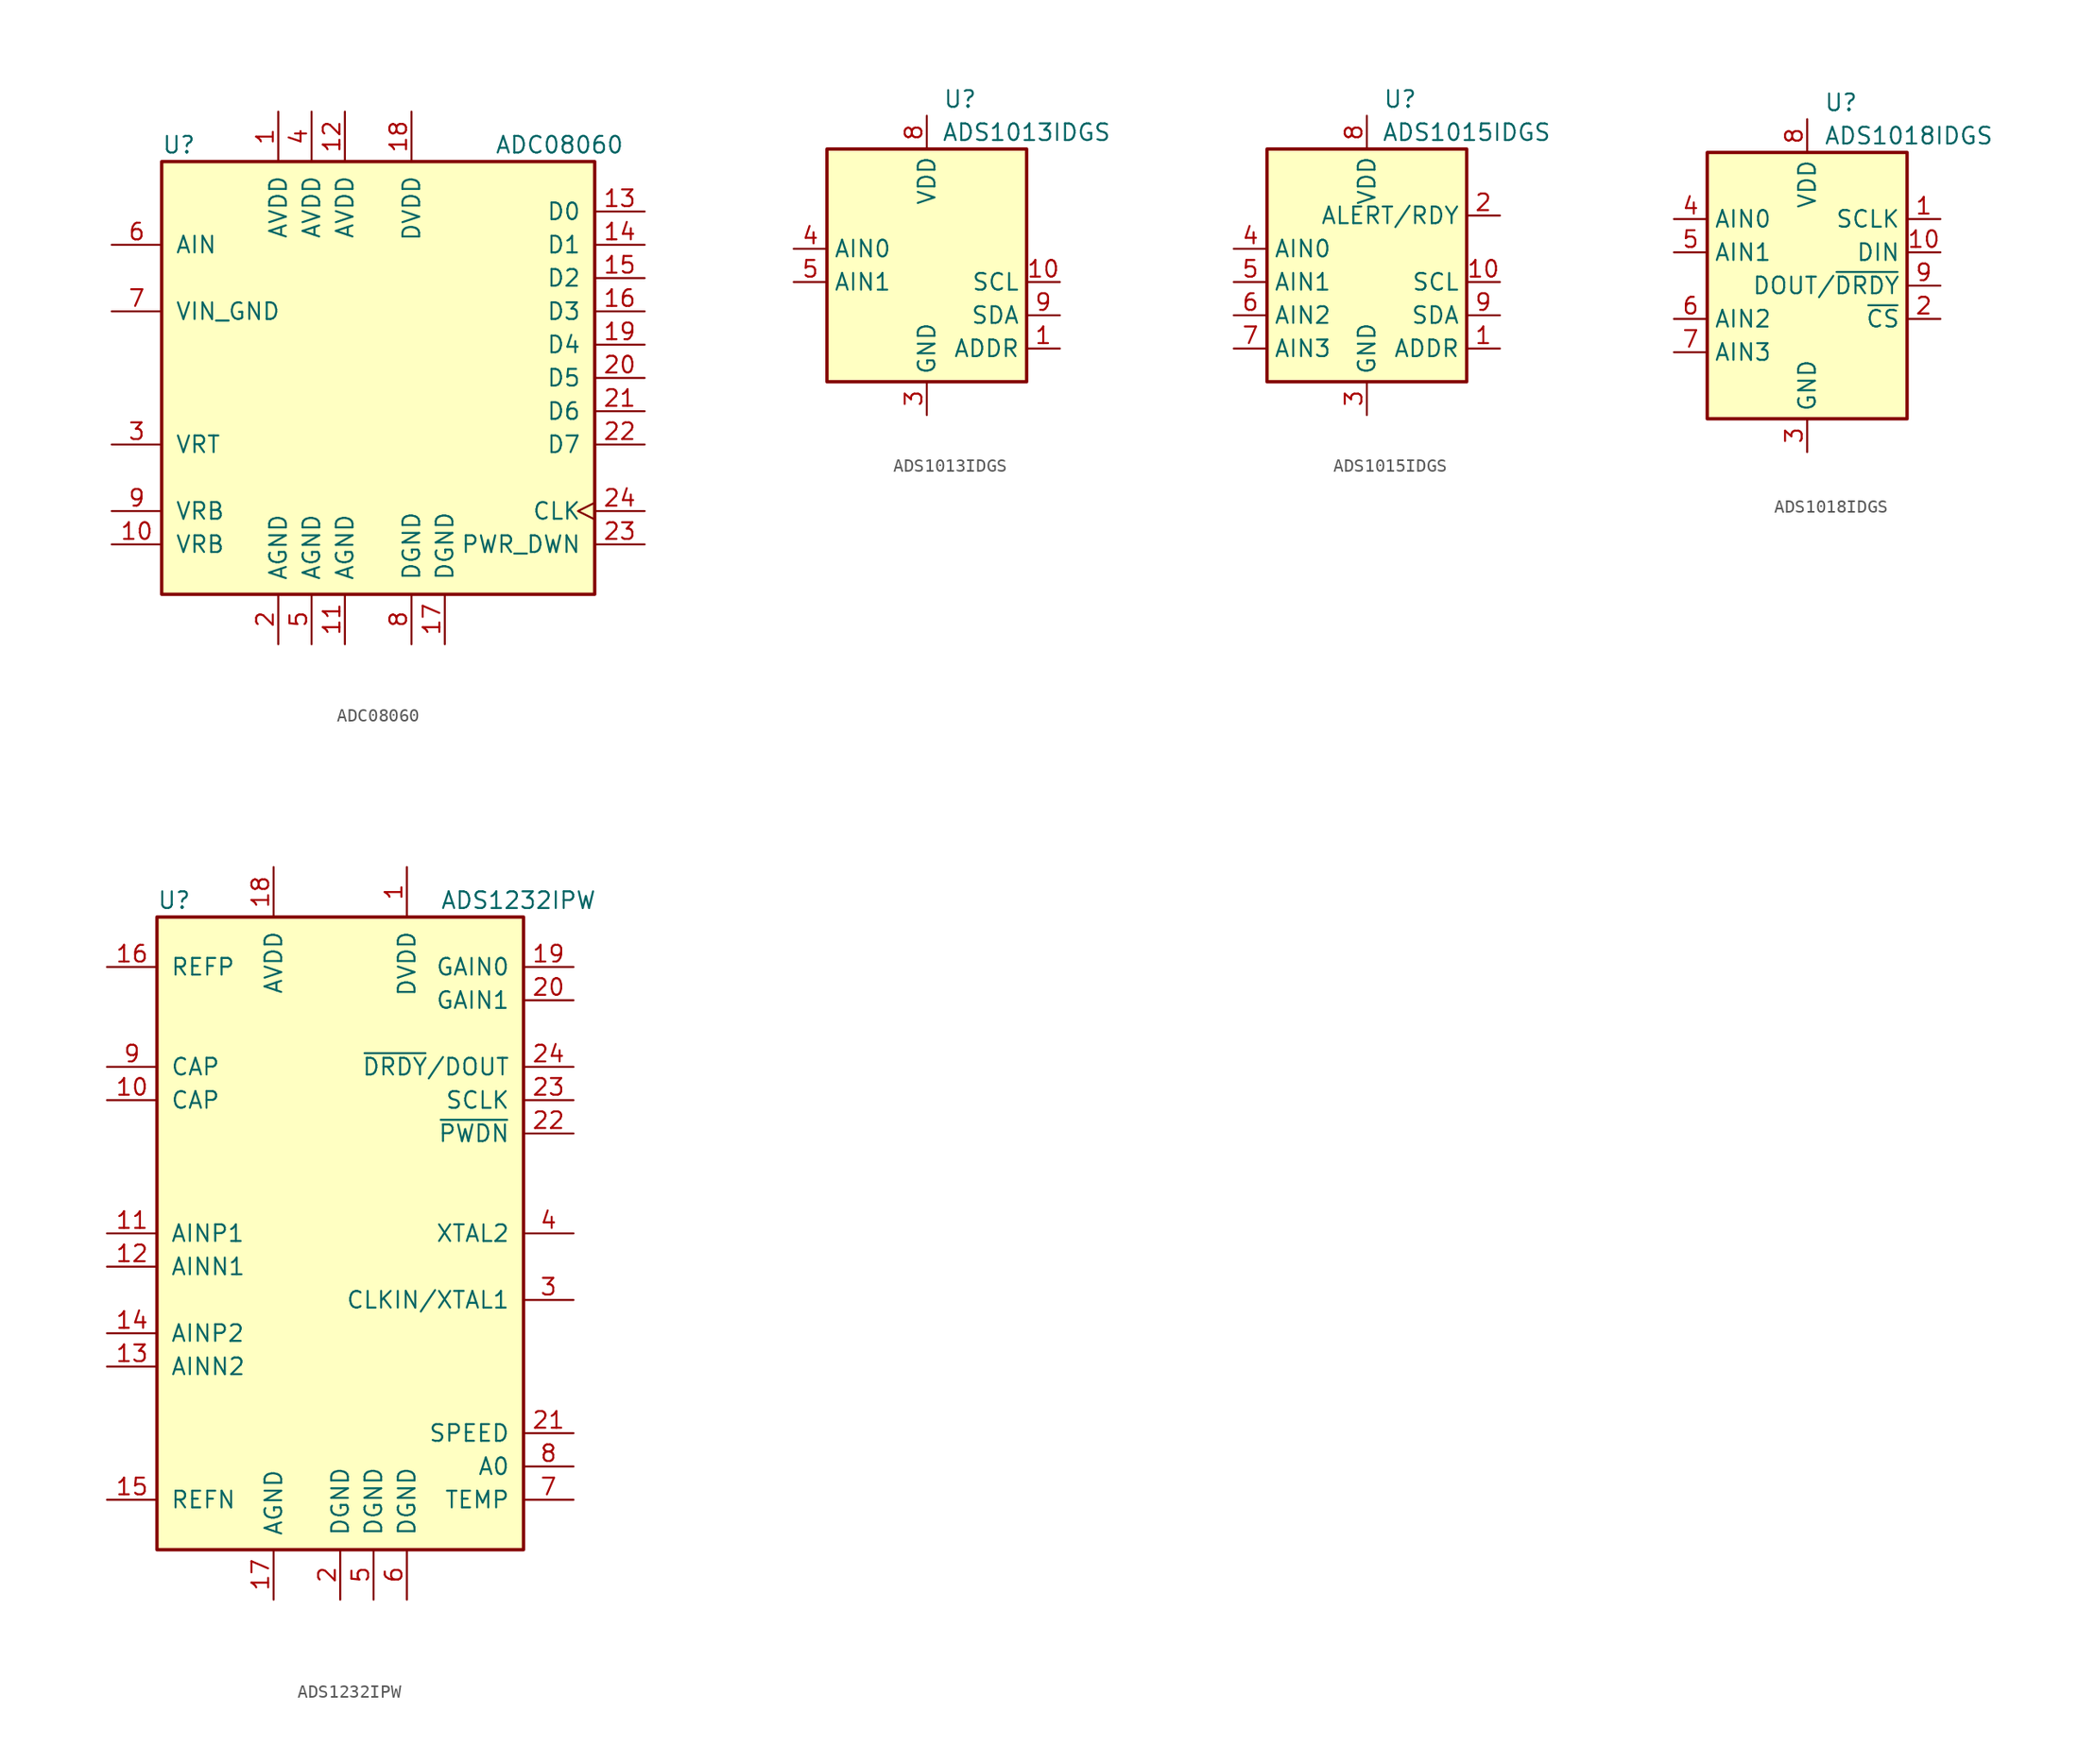
<source format=kicad_sym>
(kicad_symbol_lib
  (version 20220914)
  (generator kicad_symbol_editor)
  (symbol "ADC08060"
    (pin_names
      (offset 1.016))
    (property "Reference" "U"
      (at -16.51 17.78 0)
      (effects (font (size 1.27 1.27)) (justify left)))
    (property "Value" "ADC08060"
      (at 8.89 17.78 0)
      (effects (font (size 1.27 1.27)) (justify left)))
    (symbol "ADC08060_0_1"
      (rectangle (start -16.51 16.51) (end 16.51 -16.51) (stroke (width 0.254) (type default)) (fill (type background))))
    (symbol "ADC08060_1_1"
      (pin power_in line (at -7.62 20.32 270) (length 3.81) (name "AVDD" (effects (font (size 1.27 1.27)))) (number "1" (effects (font (size 1.27 1.27)))))
      (pin input line (at -20.32 -12.7 0) (length 3.81) (name "VRB" (effects (font (size 1.27 1.27)))) (number "10" (effects (font (size 1.27 1.27)))))
      (pin power_in line (at -2.54 -20.32 90) (length 3.81) (name "AGND" (effects (font (size 1.27 1.27)))) (number "11" (effects (font (size 1.27 1.27)))))
      (pin power_in line (at -2.54 20.32 270) (length 3.81) (name "AVDD" (effects (font (size 1.27 1.27)))) (number "12" (effects (font (size 1.27 1.27)))))
      (pin tri_state line (at 20.32 12.7 180) (length 3.81) (name "D0" (effects (font (size 1.27 1.27)))) (number "13" (effects (font (size 1.27 1.27)))))
      (pin tri_state line (at 20.32 10.16 180) (length 3.81) (name "D1" (effects (font (size 1.27 1.27)))) (number "14" (effects (font (size 1.27 1.27)))))
      (pin tri_state line (at 20.32 7.62 180) (length 3.81) (name "D2" (effects (font (size 1.27 1.27)))) (number "15" (effects (font (size 1.27 1.27)))))
      (pin tri_state line (at 20.32 5.08 180) (length 3.81) (name "D3" (effects (font (size 1.27 1.27)))) (number "16" (effects (font (size 1.27 1.27)))))
      (pin power_in line (at 5.08 -20.32 90) (length 3.81) (name "DGND" (effects (font (size 1.27 1.27)))) (number "17" (effects (font (size 1.27 1.27)))))
      (pin power_in line (at 2.54 20.32 270) (length 3.81) (name "DVDD" (effects (font (size 1.27 1.27)))) (number "18" (effects (font (size 1.27 1.27)))))
      (pin tri_state line (at 20.32 2.54 180) (length 3.81) (name "D4" (effects (font (size 1.27 1.27)))) (number "19" (effects (font (size 1.27 1.27)))))
      (pin power_in line (at -7.62 -20.32 90) (length 3.81) (name "AGND" (effects (font (size 1.27 1.27)))) (number "2" (effects (font (size 1.27 1.27)))))
      (pin tri_state line (at 20.32 0 180) (length 3.81) (name "D5" (effects (font (size 1.27 1.27)))) (number "20" (effects (font (size 1.27 1.27)))))
      (pin tri_state line (at 20.32 -2.54 180) (length 3.81) (name "D6" (effects (font (size 1.27 1.27)))) (number "21" (effects (font (size 1.27 1.27)))))
      (pin tri_state line (at 20.32 -5.08 180) (length 3.81) (name "D7" (effects (font (size 1.27 1.27)))) (number "22" (effects (font (size 1.27 1.27)))))
      (pin input line (at 20.32 -12.7 180) (length 3.81) (name "PWR_DWN" (effects (font (size 1.27 1.27)))) (number "23" (effects (font (size 1.27 1.27)))))
      (pin input clock (at 20.32 -10.16 180) (length 3.81) (name "CLK" (effects (font (size 1.27 1.27)))) (number "24" (effects (font (size 1.27 1.27)))))
      (pin input line (at -20.32 -5.08 0) (length 3.81) (name "VRT" (effects (font (size 1.27 1.27)))) (number "3" (effects (font (size 1.27 1.27)))))
      (pin power_in line (at -5.08 20.32 270) (length 3.81) (name "AVDD" (effects (font (size 1.27 1.27)))) (number "4" (effects (font (size 1.27 1.27)))))
      (pin power_in line (at -5.08 -20.32 90) (length 3.81) (name "AGND" (effects (font (size 1.27 1.27)))) (number "5" (effects (font (size 1.27 1.27)))))
      (pin input line (at -20.32 10.16 0) (length 3.81) (name "AIN" (effects (font (size 1.27 1.27)))) (number "6" (effects (font (size 1.27 1.27)))))
      (pin input line (at -20.32 5.08 0) (length 3.81) (name "VIN_GND" (effects (font (size 1.27 1.27)))) (number "7" (effects (font (size 1.27 1.27)))))
      (pin power_in line (at 2.54 -20.32 90) (length 3.81) (name "DGND" (effects (font (size 1.27 1.27)))) (number "8" (effects (font (size 1.27 1.27)))))
      (pin input line (at -20.32 -10.16 0) (length 3.81) (name "VRB" (effects (font (size 1.27 1.27)))) (number "9" (effects (font (size 1.27 1.27)))))))
  (symbol "ADS1013IDGS"
    (property "Reference" "U"
      (at 2.54 13.97 0)
      (effects (font (size 1.27 1.27))))
    (property "Value" "ADS1013IDGS"
      (at 7.62 11.43 0)
      (effects (font (size 1.27 1.27))))
    (symbol "ADS1013IDGS_0_1"
      (rectangle (start -7.62 10.16) (end 7.62 -7.62) (stroke (width 0.254) (type default)) (fill (type background))))
    (symbol "ADS1013IDGS_1_1"
      (pin input line (at 10.16 -5.08 180) (length 2.54) (name "ADDR" (effects (font (size 1.27 1.27)))) (number "1" (effects (font (size 1.27 1.27)))))
      (pin input line (at 10.16 0 180) (length 2.54) (name "SCL" (effects (font (size 1.27 1.27)))) (number "10" (effects (font (size 1.27 1.27)))))
      (pin no_connect line (at 7.62 7.62 180) (length 2.54) hide (name "~" (effects (font (size 1.27 1.27)))) (number "2" (effects (font (size 1.27 1.27)))))
      (pin power_in line (at 0 -10.16 90) (length 2.54) (name "GND" (effects (font (size 1.27 1.27)))) (number "3" (effects (font (size 1.27 1.27)))))
      (pin input line (at -10.16 2.54 0) (length 2.54) (name "AIN0" (effects (font (size 1.27 1.27)))) (number "4" (effects (font (size 1.27 1.27)))))
      (pin input line (at -10.16 0 0) (length 2.54) (name "AIN1" (effects (font (size 1.27 1.27)))) (number "5" (effects (font (size 1.27 1.27)))))
      (pin no_connect line (at 7.62 5.08 180) (length 2.54) hide (name "~" (effects (font (size 1.27 1.27)))) (number "6" (effects (font (size 1.27 1.27)))))
      (pin no_connect line (at 7.62 2.54 180) (length 2.54) hide (name "~" (effects (font (size 1.27 1.27)))) (number "7" (effects (font (size 1.27 1.27)))))
      (pin power_in line (at 0 12.7 270) (length 2.54) (name "VDD" (effects (font (size 1.27 1.27)))) (number "8" (effects (font (size 1.27 1.27)))))
      (pin bidirectional line (at 10.16 -2.54 180) (length 2.54) (name "SDA" (effects (font (size 1.27 1.27)))) (number "9" (effects (font (size 1.27 1.27)))))))
  (symbol "ADS1015IDGS"
    (property "Reference" "U"
      (at 2.54 13.97 0)
      (effects (font (size 1.27 1.27))))
    (property "Value" "ADS1015IDGS"
      (at 7.62 11.43 0)
      (effects (font (size 1.27 1.27))))
    (symbol "ADS1015IDGS_0_1"
      (rectangle (start -7.62 10.16) (end 7.62 -7.62) (stroke (width 0.254) (type default)) (fill (type background))))
    (symbol "ADS1015IDGS_1_1"
      (pin input line (at 10.16 -5.08 180) (length 2.54) (name "ADDR" (effects (font (size 1.27 1.27)))) (number "1" (effects (font (size 1.27 1.27)))))
      (pin input line (at 10.16 0 180) (length 2.54) (name "SCL" (effects (font (size 1.27 1.27)))) (number "10" (effects (font (size 1.27 1.27)))))
      (pin output line (at 10.16 5.08 180) (length 2.54) (name "ALERT/RDY" (effects (font (size 1.27 1.27)))) (number "2" (effects (font (size 1.27 1.27)))))
      (pin power_in line (at 0 -10.16 90) (length 2.54) (name "GND" (effects (font (size 1.27 1.27)))) (number "3" (effects (font (size 1.27 1.27)))))
      (pin input line (at -10.16 2.54 0) (length 2.54) (name "AIN0" (effects (font (size 1.27 1.27)))) (number "4" (effects (font (size 1.27 1.27)))))
      (pin input line (at -10.16 0 0) (length 2.54) (name "AIN1" (effects (font (size 1.27 1.27)))) (number "5" (effects (font (size 1.27 1.27)))))
      (pin input line (at -10.16 -2.54 0) (length 2.54) (name "AIN2" (effects (font (size 1.27 1.27)))) (number "6" (effects (font (size 1.27 1.27)))))
      (pin input line (at -10.16 -5.08 0) (length 2.54) (name "AIN3" (effects (font (size 1.27 1.27)))) (number "7" (effects (font (size 1.27 1.27)))))
      (pin power_in line (at 0 12.7 270) (length 2.54) (name "VDD" (effects (font (size 1.27 1.27)))) (number "8" (effects (font (size 1.27 1.27)))))
      (pin bidirectional line (at 10.16 -2.54 180) (length 2.54) (name "SDA" (effects (font (size 1.27 1.27)))) (number "9" (effects (font (size 1.27 1.27)))))))
  (symbol "ADS1018IDGS"
    (property "Reference" "U"
      (at 1.27 13.97 0)
      (effects (font (size 1.27 1.27)) (justify left)))
    (property "Value" "ADS1018IDGS"
      (at 1.27 11.43 0)
      (effects (font (size 1.27 1.27)) (justify left)))
    (symbol "ADS1018IDGS_0_1"
      (rectangle (start 7.62 10.16) (end -7.62 -10.16) (stroke (width 0.254) (type default)) (fill (type background))))
    (symbol "ADS1018IDGS_1_1"
      (pin input line (at 10.16 5.08 180) (length 2.54) (name "SCLK" (effects (font (size 1.27 1.27)))) (number "1" (effects (font (size 1.27 1.27)))))
      (pin input line (at 10.16 2.54 180) (length 2.54) (name "DIN" (effects (font (size 1.27 1.27)))) (number "10" (effects (font (size 1.27 1.27)))))
      (pin input line (at 10.16 -2.54 180) (length 2.54) (name "~{CS}" (effects (font (size 1.27 1.27)))) (number "2" (effects (font (size 1.27 1.27)))))
      (pin power_in line (at 0 -12.7 90) (length 2.54) (name "GND" (effects (font (size 1.27 1.27)))) (number "3" (effects (font (size 1.27 1.27)))))
      (pin input line (at -10.16 5.08 0) (length 2.54) (name "AIN0" (effects (font (size 1.27 1.27)))) (number "4" (effects (font (size 1.27 1.27)))))
      (pin input line (at -10.16 2.54 0) (length 2.54) (name "AIN1" (effects (font (size 1.27 1.27)))) (number "5" (effects (font (size 1.27 1.27)))))
      (pin input line (at -10.16 -2.54 0) (length 2.54) (name "AIN2" (effects (font (size 1.27 1.27)))) (number "6" (effects (font (size 1.27 1.27)))))
      (pin input line (at -10.16 -5.08 0) (length 2.54) (name "AIN3" (effects (font (size 1.27 1.27)))) (number "7" (effects (font (size 1.27 1.27)))))
      (pin power_in line (at 0 12.7 270) (length 2.54) (name "VDD" (effects (font (size 1.27 1.27)))) (number "8" (effects (font (size 1.27 1.27)))))
      (pin output line (at 10.16 0 180) (length 2.54) (name "DOUT/~{DRDY}" (effects (font (size 1.27 1.27)))) (number "9" (effects (font (size 1.27 1.27)))))))
  (symbol "ADS1232IPW"
    (pin_names
      (offset 1.016))
    (property "Reference" "U"
      (at -13.97 25.4 0)
      (effects (font (size 1.27 1.27)) (justify left)))
    (property "Value" "ADS1232IPW"
      (at 7.62 25.4 0)
      (effects (font (size 1.27 1.27)) (justify left)))
    (symbol "ADS1232IPW_0_1"
      (rectangle (start -13.97 24.13) (end 13.97 -24.13) (stroke (width 0.254) (type default)) (fill (type background))))
    (symbol "ADS1232IPW_1_1"
      (pin power_in line (at 5.08 27.94 270) (length 3.81) (name "DVDD" (effects (font (size 1.27 1.27)))) (number "1" (effects (font (size 1.27 1.27)))))
      (pin passive line (at -17.78 10.16 0) (length 3.81) (name "CAP" (effects (font (size 1.27 1.27)))) (number "10" (effects (font (size 1.27 1.27)))))
      (pin input line (at -17.78 0 0) (length 3.81) (name "AINP1" (effects (font (size 1.27 1.27)))) (number "11" (effects (font (size 1.27 1.27)))))
      (pin input line (at -17.78 -2.54 0) (length 3.81) (name "AINN1" (effects (font (size 1.27 1.27)))) (number "12" (effects (font (size 1.27 1.27)))))
      (pin input line (at -17.78 -10.16 0) (length 3.81) (name "AINN2" (effects (font (size 1.27 1.27)))) (number "13" (effects (font (size 1.27 1.27)))))
      (pin input line (at -17.78 -7.62 0) (length 3.81) (name "AINP2" (effects (font (size 1.27 1.27)))) (number "14" (effects (font (size 1.27 1.27)))))
      (pin input line (at -17.78 -20.32 0) (length 3.81) (name "REFN" (effects (font (size 1.27 1.27)))) (number "15" (effects (font (size 1.27 1.27)))))
      (pin input line (at -17.78 20.32 0) (length 3.81) (name "REFP" (effects (font (size 1.27 1.27)))) (number "16" (effects (font (size 1.27 1.27)))))
      (pin power_in line (at -5.08 -27.94 90) (length 3.81) (name "AGND" (effects (font (size 1.27 1.27)))) (number "17" (effects (font (size 1.27 1.27)))))
      (pin power_in line (at -5.08 27.94 270) (length 3.81) (name "AVDD" (effects (font (size 1.27 1.27)))) (number "18" (effects (font (size 1.27 1.27)))))
      (pin input line (at 17.78 20.32 180) (length 3.81) (name "GAIN0" (effects (font (size 1.27 1.27)))) (number "19" (effects (font (size 1.27 1.27)))))
      (pin power_in line (at 0 -27.94 90) (length 3.81) (name "DGND" (effects (font (size 1.27 1.27)))) (number "2" (effects (font (size 1.27 1.27)))))
      (pin input line (at 17.78 17.78 180) (length 3.81) (name "GAIN1" (effects (font (size 1.27 1.27)))) (number "20" (effects (font (size 1.27 1.27)))))
      (pin input line (at 17.78 -15.24 180) (length 3.81) (name "SPEED" (effects (font (size 1.27 1.27)))) (number "21" (effects (font (size 1.27 1.27)))))
      (pin input line (at 17.78 7.62 180) (length 3.81) (name "~{PWDN}" (effects (font (size 1.27 1.27)))) (number "22" (effects (font (size 1.27 1.27)))))
      (pin input line (at 17.78 10.16 180) (length 3.81) (name "SCLK" (effects (font (size 1.27 1.27)))) (number "23" (effects (font (size 1.27 1.27)))))
      (pin output line (at 17.78 12.7 180) (length 3.81) (name "~{DRDY}/DOUT" (effects (font (size 1.27 1.27)))) (number "24" (effects (font (size 1.27 1.27)))))
      (pin bidirectional line (at 17.78 -5.08 180) (length 3.81) (name "CLKIN/XTAL1" (effects (font (size 1.27 1.27)))) (number "3" (effects (font (size 1.27 1.27)))))
      (pin bidirectional line (at 17.78 0 180) (length 3.81) (name "XTAL2" (effects (font (size 1.27 1.27)))) (number "4" (effects (font (size 1.27 1.27)))))
      (pin power_in line (at 2.54 -27.94 90) (length 3.81) (name "DGND" (effects (font (size 1.27 1.27)))) (number "5" (effects (font (size 1.27 1.27)))))
      (pin power_in line (at 5.08 -27.94 90) (length 3.81) (name "DGND" (effects (font (size 1.27 1.27)))) (number "6" (effects (font (size 1.27 1.27)))))
      (pin input line (at 17.78 -20.32 180) (length 3.81) (name "TEMP" (effects (font (size 1.27 1.27)))) (number "7" (effects (font (size 1.27 1.27)))))
      (pin input line (at 17.78 -17.78 180) (length 3.81) (name "A0" (effects (font (size 1.27 1.27)))) (number "8" (effects (font (size 1.27 1.27)))))
      (pin passive line (at -17.78 12.7 0) (length 3.81) (name "CAP" (effects (font (size 1.27 1.27)))) (number "9" (effects (font (size 1.27 1.27))))))))
</source>
